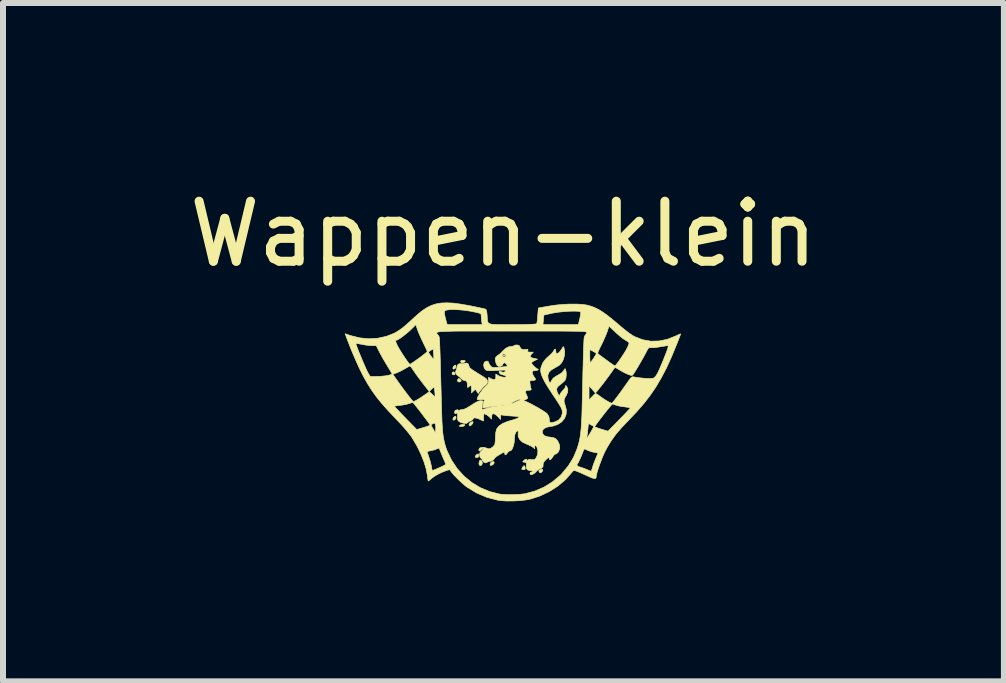
<source format=kicad_pcb>
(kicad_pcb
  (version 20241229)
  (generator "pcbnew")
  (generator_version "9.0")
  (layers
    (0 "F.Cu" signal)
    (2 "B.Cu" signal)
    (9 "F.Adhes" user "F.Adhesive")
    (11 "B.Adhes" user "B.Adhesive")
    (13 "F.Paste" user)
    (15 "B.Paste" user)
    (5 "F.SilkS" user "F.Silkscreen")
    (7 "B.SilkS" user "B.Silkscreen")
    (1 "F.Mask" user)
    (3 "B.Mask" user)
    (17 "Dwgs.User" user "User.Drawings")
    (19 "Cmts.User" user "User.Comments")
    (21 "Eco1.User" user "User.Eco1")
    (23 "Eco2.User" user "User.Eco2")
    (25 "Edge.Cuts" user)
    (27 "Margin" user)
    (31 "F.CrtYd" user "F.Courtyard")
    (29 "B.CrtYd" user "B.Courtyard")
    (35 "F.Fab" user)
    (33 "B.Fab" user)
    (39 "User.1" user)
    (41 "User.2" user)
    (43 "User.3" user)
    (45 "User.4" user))
  (footprint "Wappen-klein"
    (layer "F.Cu")
    (at 5.466 3.515)
    (property "Reference" "Wappen-klein" (at -0.127 -2.667 0) (layer "F.SilkS") (effects (font (size 1 1) (thickness 0.15))))
    (attr through_hole exclude_from_pos_files exclude_from_bom)
    (fp_poly (pts (xy -0.455 0.89) (xy -0.455 0.891) (xy -0.456 0.891) (xy -0.455 0.89)) (stroke (width 0.01) (type solid)) (fill yes) (layer "F.SilkS"))
    (fp_poly (pts (xy -0.121 -0.651) (xy -0.107 -0.639) (xy -0.105 -0.636) (xy -0.112 -0.63) (xy -0.125 -0.642) (xy -0.127 -0.645) (xy -0.129 -0.654) (xy -0.121 -0.651)) (stroke (width 0.01) (type solid)) (fill yes) (layer "F.SilkS"))
    (fp_poly (pts (xy -0.942 -0.358) (xy -0.931 -0.332) (xy -0.941 -0.32) (xy -0.957 -0.319) (xy -0.978 -0.327) (xy -0.984 -0.338) (xy -0.975 -0.361) (xy -0.957 -0.369) (xy -0.942 -0.358)) (stroke (width 0.01) (type solid)) (fill yes) (layer "F.SilkS"))
    (fp_poly (pts (xy -0.456 0.891) (xy -0.482 0.921) (xy -0.509 0.945) (xy -0.529 0.95) (xy -0.538 0.934) (xy -0.538 0.933) (xy -0.526 0.904) (xy -0.495 0.89) (xy -0.456 0.891)) (stroke (width 0.01) (type solid)) (fill yes) (layer "F.SilkS"))
    (fp_poly (pts (xy -0.918 -0.47) (xy -0.918 -0.451) (xy -0.929 -0.429) (xy -0.947 -0.416) (xy -0.964 -0.416) (xy -0.97 -0.43) (xy -0.961 -0.456) (xy -0.94 -0.476) (xy -0.926 -0.481) (xy -0.918 -0.47)) (stroke (width 0.01) (type solid)) (fill yes) (layer "F.SilkS"))
    (fp_poly (pts (xy -0.918 0.381) (xy -0.918 0.4) (xy -0.929 0.422) (xy -0.947 0.435) (xy -0.964 0.435) (xy -0.97 0.421) (xy -0.961 0.396) (xy -0.94 0.375) (xy -0.926 0.37) (xy -0.918 0.381)) (stroke (width 0.01) (type solid)) (fill yes) (layer "F.SilkS"))
    (fp_poly (pts (xy -0.769 -0.557) (xy -0.763 -0.543) (xy -0.782 -0.527) (xy -0.787 -0.524) (xy -0.816 -0.516) (xy -0.834 -0.527) (xy -0.841 -0.548) (xy -0.824 -0.56) (xy -0.8 -0.562) (xy -0.769 -0.557)) (stroke (width 0.01) (type solid)) (fill yes) (layer "F.SilkS"))
    (fp_poly (pts (xy -0.281 1.135) (xy -0.284 1.155) (xy -0.299 1.175) (xy -0.307 1.18) (xy -0.335 1.193) (xy -0.346 1.188) (xy -0.349 1.169) (xy -0.337 1.143) (xy -0.307 1.128) (xy -0.293 1.127) (xy -0.281 1.135)) (stroke (width 0.01) (type solid)) (fill yes) (layer "F.SilkS"))
    (fp_poly (pts (xy 0.523 1.256) (xy 0.53 1.271) (xy 0.517 1.296) (xy 0.513 1.3) (xy 0.489 1.315) (xy 0.471 1.304) (xy 0.467 1.295) (xy 0.462 1.277) (xy 0.472 1.266) (xy 0.499 1.256) (xy 0.523 1.256)) (stroke (width 0.01) (type solid)) (fill yes) (layer "F.SilkS"))
    (fp_poly (pts (xy -0.862 -0.256) (xy -0.847 -0.243) (xy -0.83 -0.223) (xy -0.836 -0.21) (xy -0.838 -0.209) (xy -0.858 -0.199) (xy -0.878 -0.203) (xy -0.886 -0.206) (xy -0.895 -0.218) (xy -0.888 -0.24) (xy -0.876 -0.258) (xy -0.862 -0.256)) (stroke (width 0.01) (type solid)) (fill yes) (layer "F.SilkS"))
    (fp_poly (pts (xy -0.633 0.467) (xy -0.632 0.472) (xy -0.642 0.496) (xy -0.663 0.52) (xy -0.685 0.532) (xy -0.687 0.532) (xy -0.698 0.521) (xy -0.7 0.509) (xy -0.689 0.486) (xy -0.666 0.469) (xy -0.641 0.461) (xy -0.633 0.467)) (stroke (width 0.01) (type solid)) (fill yes) (layer "F.SilkS"))
    (fp_poly (pts (xy -0.538 1.012) (xy -0.538 1.025) (xy -0.543 1.051) (xy -0.565 1.059) (xy -0.571 1.059) (xy -0.595 1.055) (xy -0.597 1.039) (xy -0.597 1.039) (xy -0.579 1.015) (xy -0.563 1.004) (xy -0.544 0.998) (xy -0.538 1.012)) (stroke (width 0.01) (type solid)) (fill yes) (layer "F.SilkS"))
    (fp_poly (pts (xy -0.495 1.11) (xy -0.483 1.128) (xy -0.478 1.155) (xy -0.486 1.179) (xy -0.503 1.193) (xy -0.522 1.19) (xy -0.531 1.18) (xy -0.535 1.158) (xy -0.53 1.129) (xy -0.52 1.106) (xy -0.511 1.1) (xy -0.495 1.11)) (stroke (width 0.01) (type solid)) (fill yes) (layer "F.SilkS"))
    (fp_poly (pts (xy 0.229 1.206) (xy 0.236 1.228) (xy 0.236 1.253) (xy 0.221 1.261) (xy 0.21 1.262) (xy 0.186 1.259) (xy 0.178 1.254) (xy 0.185 1.233) (xy 0.2 1.209) (xy 0.215 1.195) (xy 0.218 1.194) (xy 0.229 1.206)) (stroke (width 0.01) (type solid)) (fill yes) (layer "F.SilkS"))
    (fp_poly (pts (xy -0.778 0.508) (xy -0.77 0.518) (xy -0.77 0.521) (xy -0.787 0.535) (xy -0.818 0.543) (xy -0.821 0.543) (xy -0.851 0.543) (xy -0.86 0.534) (xy -0.859 0.53) (xy -0.843 0.516) (xy -0.811 0.508) (xy -0.809 0.508) (xy -0.778 0.508)) (stroke (width 0.01) (type solid)) (fill yes) (layer "F.SilkS"))
    (fp_poly (pts (xy -0.71 -0.498) (xy -0.7 -0.463) (xy -0.7 -0.462) (xy -0.694 -0.445) (xy -0.675 -0.425) (xy -0.639 -0.398) (xy -0.583 -0.363) (xy -0.568 -0.353) (xy -0.513 -0.319) (xy -0.465 -0.289) (xy -0.429 -0.265) (xy -0.413 -0.254) (xy -0.392 -0.221) (xy -0.394 -0.184) (xy -0.418 -0.152) (xy -0.424 -0.148) (xy -0.453 -0.124) (xy -0.486 -0.088) (xy -0.504 -0.067) (xy -0.548 -0.008) (xy -0.571 -0.043) (xy -0.594 -0.078) (xy -0.627 -0.048) (xy -0.659 -0.017) (xy -0.659 -0.08) (xy -0.661 -0.122) (xy -0.668 -0.14) (xy -0.683 -0.136) (xy -0.702 -0.121) (xy -0.719 -0.108) (xy -0.726 -0.114) (xy -0.727 -0.14) (xy -0.731 -0.189) (xy -0.746 -0.216) (xy -0.774 -0.224) (xy -0.775 -0.224) (xy -0.806 -0.234) (xy -0.831 -0.256) (xy -0.86 -0.285) (xy -0.885 -0.303) (xy -0.912 -0.327) (xy -0.925 -0.358) (xy -0.921 -0.386) (xy -0.917 -0.39) (xy -0.906 -0.414) (xy -0.903 -0.441) (xy -0.893 -0.48) (xy -0.867 -0.503) (xy -0.834 -0.504) (xy -0.799 -0.503) (xy -0.773 -0.511) (xy -0.737 -0.516) (xy -0.71 -0.498)) (stroke (width 0.01) (type solid)) (fill yes) (layer "F.SilkS"))
    (fp_poly (pts (xy -0.448 0.891) (xy -0.41 0.901) (xy -0.383 0.911) (xy -0.38 0.913) (xy -0.36 0.914) (xy -0.33 0.901) (xy -0.299 0.878) (xy -0.276 0.851) (xy -0.272 0.844) (xy -0.267 0.821) (xy -0.263 0.779) (xy -0.261 0.727) (xy -0.261 0.721) (xy -0.255 0.643) (xy -0.241 0.586) (xy -0.236 0.577) (xy -0.199 0.532) (xy -0.138 0.491) (xy -0.057 0.458) (xy -0.011 0.444) (xy 0.053 0.426) (xy 0.1 0.409) (xy 0.127 0.394) (xy 0.131 0.383) (xy 0.124 0.379) (xy 0.102 0.375) (xy 0.06 0.371) (xy 0.007 0.367) (xy -0.011 0.366) (xy -0.066 0.362) (xy -0.114 0.357) (xy -0.144 0.352) (xy -0.149 0.35) (xy -0.166 0.348) (xy -0.172 0.363) (xy -0.173 0.383) (xy -0.173 0.426) (xy -0.218 0.378) (xy -0.251 0.349) (xy -0.282 0.332) (xy -0.293 0.33) (xy -0.312 0.334) (xy -0.32 0.352) (xy -0.322 0.38) (xy -0.322 0.412) (xy -0.326 0.42) (xy -0.337 0.407) (xy -0.343 0.4) (xy -0.366 0.377) (xy -0.399 0.352) (xy -0.432 0.335) (xy -0.449 0.33) (xy -0.454 0.342) (xy -0.456 0.372) (xy -0.457 0.39) (xy -0.457 0.427) (xy -0.459 0.448) (xy -0.461 0.451) (xy -0.474 0.446) (xy -0.503 0.432) (xy -0.517 0.424) (xy -0.565 0.405) (xy -0.604 0.398) (xy -0.627 0.404) (xy -0.632 0.417) (xy -0.644 0.433) (xy -0.672 0.45) (xy -0.68 0.453) (xy -0.71 0.467) (xy -0.726 0.479) (xy -0.727 0.481) (xy -0.738 0.49) (xy -0.766 0.491) (xy -0.803 0.485) (xy -0.839 0.474) (xy -0.855 0.466) (xy -0.879 0.449) (xy -0.89 0.431) (xy -0.894 0.401) (xy -0.893 0.369) (xy -0.893 0.332) (xy -0.895 0.313) (xy -0.898 0.313) (xy -0.916 0.328) (xy -0.924 0.33) (xy -0.939 0.32) (xy -0.942 0.299) (xy -0.932 0.277) (xy -0.922 0.27) (xy -0.891 0.262) (xy -0.88 0.269) (xy -0.884 0.279) (xy -0.884 0.285) (xy -0.869 0.276) (xy -0.837 0.262) (xy -0.811 0.26) (xy -0.781 0.254) (xy -0.734 0.232) (xy -0.668 0.191) (xy -0.665 0.189) (xy -0.602 0.149) (xy -0.555 0.125) (xy -0.519 0.115) (xy -0.504 0.113) (xy -0.474 0.115) (xy -0.464 0.123) (xy -0.469 0.145) (xy -0.471 0.148) (xy -0.478 0.177) (xy -0.483 0.212) (xy -0.484 0.243) (xy -0.481 0.261) (xy -0.479 0.262) (xy -0.465 0.258) (xy -0.434 0.248) (xy -0.415 0.242) (xy -0.367 0.228) (xy -0.308 0.215) (xy -0.274 0.21) (xy -0.235 0.203) (xy -0.221 0.199) (xy -0.234 0.197) (xy -0.24 0.196) (xy -0.28 0.199) (xy -0.332 0.207) (xy -0.369 0.215) (xy -0.413 0.225) (xy -0.448 0.232) (xy -0.462 0.235) (xy -0.468 0.225) (xy -0.465 0.195) (xy -0.464 0.189) (xy -0.161 0.189) (xy -0.143 0.192) (xy -0.139 0.192) (xy -0.116 0.19) (xy -0.114 0.186) (xy -0.115 0.186) (xy -0.142 0.183) (xy -0.156 0.185) (xy -0.161 0.189) (xy -0.464 0.189) (xy -0.462 0.178) (xy -0.073 0.178) (xy -0.059 0.18) (xy -0.042 0.177) (xy -0.041 0.173) (xy -0.06 0.17) (xy -0.067 0.172) (xy -0.073 0.178) (xy -0.462 0.178) (xy -0.459 0.164) (xy -0.007 0.164) (xy -0.002 0.166) (xy 0.025 0.158) (xy 0.07 0.137) (xy 0.112 0.118) (xy 0.147 0.103) (xy 0.158 0.099) (xy 0.177 0.091) (xy 0.169 0.089) (xy 0.156 0.088) (xy 0.129 0.093) (xy 0.088 0.109) (xy 0.05 0.127) (xy 0.009 0.15) (xy -0.007 0.164) (xy -0.459 0.164) (xy -0.454 0.142) (xy -0.449 0.123) (xy -0.446 0.103) (xy -0.453 0.094) (xy -0.476 0.094) (xy -0.503 0.097) (xy -0.543 0.099) (xy -0.561 0.094) (xy -0.565 0.085) (xy -0.556 0.055) (xy -0.534 0.012) (xy -0.503 -0.035) (xy -0.468 -0.081) (xy -0.433 -0.117) (xy -0.43 -0.119) (xy -0.397 -0.151) (xy -0.381 -0.177) (xy -0.376 -0.21) (xy -0.376 -0.221) (xy -0.376 -0.277) (xy -0.338 -0.257) (xy -0.295 -0.239) (xy -0.268 -0.241) (xy -0.256 -0.263) (xy -0.254 -0.285) (xy -0.254 -0.332) (xy -0.21 -0.305) (xy -0.176 -0.29) (xy -0.138 -0.281) (xy -0.105 -0.278) (xy -0.084 -0.284) (xy -0.081 -0.294) (xy -0.097 -0.307) (xy -0.126 -0.315) (xy -0.171 -0.328) (xy -0.196 -0.351) (xy -0.2 -0.367) (xy -0.195 -0.377) (xy -0.174 -0.374) (xy -0.159 -0.369) (xy -0.128 -0.36) (xy -0.106 -0.368) (xy -0.095 -0.378) (xy -0.087 -0.387) (xy -0.087 -0.394) (xy -0.1 -0.397) (xy -0.129 -0.397) (xy -0.178 -0.395) (xy -0.237 -0.392) (xy -0.308 -0.388) (xy -0.357 -0.387) (xy -0.389 -0.389) (xy -0.41 -0.394) (xy -0.425 -0.403) (xy -0.43 -0.407) (xy -0.449 -0.439) (xy -0.456 -0.48) (xy -0.45 -0.517) (xy -0.44 -0.532) (xy -0.416 -0.546) (xy -0.391 -0.547) (xy -0.376 -0.535) (xy -0.376 -0.53) (xy -0.368 -0.508) (xy -0.349 -0.477) (xy -0.346 -0.474) (xy -0.331 -0.457) (xy -0.317 -0.446) (xy -0.296 -0.442) (xy -0.262 -0.442) (xy -0.209 -0.445) (xy -0.195 -0.446) (xy -0.14 -0.451) (xy -0.096 -0.456) (xy -0.07 -0.46) (xy -0.066 -0.462) (xy -0.066 -0.478) (xy -0.08 -0.499) (xy -0.101 -0.516) (xy -0.11 -0.519) (xy -0.129 -0.513) (xy -0.132 -0.503) (xy -0.144 -0.479) (xy -0.172 -0.463) (xy -0.205 -0.459) (xy -0.214 -0.461) (xy -0.234 -0.479) (xy -0.251 -0.514) (xy -0.262 -0.555) (xy -0.263 -0.593) (xy -0.261 -0.601) (xy -0.244 -0.625) (xy -0.22 -0.643) (xy -0.146 -0.643) (xy -0.135 -0.622) (xy -0.112 -0.615) (xy -0.088 -0.625) (xy -0.087 -0.625) (xy -0.087 -0.641) (xy -0.101 -0.659) (xy -0.123 -0.67) (xy -0.127 -0.67) (xy -0.142 -0.659) (xy -0.146 -0.643) (xy -0.22 -0.643) (xy -0.219 -0.644) (xy -0.186 -0.667) (xy -0.153 -0.699) (xy -0.15 -0.704) (xy -0.093 -0.758) (xy -0.036 -0.787) (xy -0.003 -0.792) (xy 0.031 -0.796) (xy 0.052 -0.806) (xy 0.076 -0.816) (xy 0.106 -0.816) (xy 0.137 -0.806) (xy 0.149 -0.782) (xy 0.165 -0.754) (xy 0.199 -0.74) (xy 0.245 -0.742) (xy 0.254 -0.743) (xy 0.278 -0.747) (xy 0.283 -0.737) (xy 0.28 -0.725) (xy 0.277 -0.707) (xy 0.289 -0.699) (xy 0.322 -0.697) (xy 0.372 -0.697) (xy 0.34 -0.663) (xy 0.321 -0.636) (xy 0.323 -0.617) (xy 0.348 -0.602) (xy 0.388 -0.592) (xy 0.442 -0.58) (xy 0.391 -0.555) (xy 0.36 -0.537) (xy 0.342 -0.523) (xy 0.34 -0.52) (xy 0.35 -0.5) (xy 0.373 -0.471) (xy 0.402 -0.443) (xy 0.429 -0.423) (xy 0.437 -0.419) (xy 0.456 -0.41) (xy 0.449 -0.4) (xy 0.447 -0.399) (xy 0.42 -0.39) (xy 0.391 -0.387) (xy 0.364 -0.382) (xy 0.354 -0.363) (xy 0.354 -0.354) (xy 0.363 -0.322) (xy 0.383 -0.286) (xy 0.388 -0.281) (xy 0.407 -0.252) (xy 0.405 -0.234) (xy 0.379 -0.226) (xy 0.344 -0.224) (xy 0.323 -0.222) (xy 0.314 -0.211) (xy 0.315 -0.184) (xy 0.317 -0.167) (xy 0.324 -0.125) (xy 0.332 -0.092) (xy 0.334 -0.086) (xy 0.336 -0.07) (xy 0.321 -0.063) (xy 0.295 -0.062) (xy 0.257 -0.058) (xy 0.24 -0.044) (xy 0.244 -0.016) (xy 0.259 0.018) (xy 0.275 0.054) (xy 0.274 0.075) (xy 0.252 0.09) (xy 0.221 0.1) (xy 0.201 0.108) (xy 0.207 0.112) (xy 0.21 0.112) (xy 0.236 0.12) (xy 0.278 0.139) (xy 0.333 0.166) (xy 0.394 0.199) (xy 0.457 0.234) (xy 0.515 0.269) (xy 0.563 0.3) (xy 0.596 0.324) (xy 0.605 0.333) (xy 0.633 0.384) (xy 0.638 0.425) (xy 0.64 0.458) (xy 0.651 0.475) (xy 0.676 0.478) (xy 0.719 0.468) (xy 0.735 0.464) (xy 0.791 0.436) (xy 0.832 0.391) (xy 0.852 0.334) (xy 0.854 0.314) (xy 0.854 0.293) (xy 0.852 0.275) (xy 0.846 0.255) (xy 0.836 0.231) (xy 0.819 0.2) (xy 0.793 0.158) (xy 0.756 0.101) (xy 0.707 0.028) (xy 0.676 -0.019) (xy 0.61 -0.121) (xy 0.56 -0.205) (xy 0.525 -0.274) (xy 0.503 -0.331) (xy 0.494 -0.379) (xy 0.495 -0.421) (xy 0.496 -0.431) (xy 0.529 -0.518) (xy 0.585 -0.592) (xy 0.624 -0.626) (xy 0.663 -0.66) (xy 0.694 -0.694) (xy 0.708 -0.714) (xy 0.726 -0.744) (xy 0.739 -0.748) (xy 0.745 -0.726) (xy 0.746 -0.711) (xy 0.751 -0.68) (xy 0.764 -0.67) (xy 0.787 -0.681) (xy 0.816 -0.709) (xy 0.844 -0.747) (xy 0.854 -0.764) (xy 0.867 -0.787) (xy 0.875 -0.786) (xy 0.882 -0.771) (xy 0.894 -0.71) (xy 0.89 -0.639) (xy 0.87 -0.57) (xy 0.859 -0.548) (xy 0.834 -0.508) (xy 0.805 -0.479) (xy 0.763 -0.453) (xy 0.737 -0.439) (xy 0.671 -0.4) (xy 0.63 -0.358) (xy 0.613 -0.31) (xy 0.618 -0.253) (xy 0.626 -0.226) (xy 0.639 -0.194) (xy 0.652 -0.187) (xy 0.667 -0.206) (xy 0.678 -0.228) (xy 0.702 -0.262) (xy 0.745 -0.293) (xy 0.779 -0.312) (xy 0.84 -0.349) (xy 0.875 -0.385) (xy 0.88 -0.393) (xy 0.893 -0.418) (xy 0.901 -0.421) (xy 0.909 -0.406) (xy 0.919 -0.363) (xy 0.92 -0.311) (xy 0.914 -0.262) (xy 0.901 -0.228) (xy 0.877 -0.203) (xy 0.841 -0.172) (xy 0.819 -0.156) (xy 0.777 -0.12) (xy 0.76 -0.084) (xy 0.766 -0.041) (xy 0.782 -0.004) (xy 0.797 0.023) (xy 0.805 0.029) (xy 0.813 0.014) (xy 0.815 0.007) (xy 0.833 -0.023) (xy 0.861 -0.056) (xy 0.867 -0.062) (xy 0.893 -0.092) (xy 0.908 -0.119) (xy 0.908 -0.125) (xy 0.91 -0.142) (xy 0.918 -0.137) (xy 0.929 -0.124) (xy 0.946 -0.079) (xy 0.943 -0.027) (xy 0.919 0.026) (xy 0.915 0.032) (xy 0.889 0.077) (xy 0.883 0.121) (xy 0.896 0.172) (xy 0.901 0.186) (xy 0.922 0.265) (xy 0.918 0.341) (xy 0.891 0.409) (xy 0.843 0.466) (xy 0.776 0.51) (xy 0.693 0.537) (xy 0.66 0.541) (xy 0.593 0.555) (xy 0.547 0.579) (xy 0.523 0.611) (xy 0.523 0.649) (xy 0.535 0.674) (xy 0.56 0.698) (xy 0.6 0.711) (xy 0.621 0.715) (xy 0.679 0.723) (xy 0.718 0.732) (xy 0.744 0.745) (xy 0.764 0.765) (xy 0.779 0.786) (xy 0.807 0.846) (xy 0.812 0.905) (xy 0.793 0.959) (xy 0.785 0.97) (xy 0.762 0.993) (xy 0.742 1.002) (xy 0.741 1.001) (xy 0.725 1.008) (xy 0.705 1.033) (xy 0.699 1.043) (xy 0.675 1.078) (xy 0.654 1.096) (xy 0.641 1.094) (xy 0.638 1.081) (xy 0.633 1.062) (xy 0.618 1.064) (xy 0.59 1.087) (xy 0.571 1.105) (xy 0.542 1.141) (xy 0.534 1.169) (xy 0.535 1.178) (xy 0.533 1.209) (xy 0.512 1.236) (xy 0.481 1.248) (xy 0.478 1.248) (xy 0.456 1.258) (xy 0.428 1.283) (xy 0.418 1.296) (xy 0.388 1.324) (xy 0.357 1.341) (xy 0.332 1.345) (xy 0.317 1.335) (xy 0.316 1.319) (xy 0.327 1.303) (xy 0.355 1.298) (xy 0.368 1.298) (xy 0.396 1.299) (xy 0.4 1.297) (xy 0.381 1.29) (xy 0.381 1.29) (xy 0.34 1.28) (xy 0.311 1.277) (xy 0.274 1.264) (xy 0.254 1.233) (xy 0.254 1.186) (xy 0.254 1.183) (xy 0.257 1.154) (xy 0.246 1.142) (xy 0.225 1.138) (xy 0.199 1.133) (xy 0.197 1.125) (xy 0.211 1.11) (xy 0.236 1.091) (xy 0.253 1.086) (xy 0.266 1.096) (xy 0.265 1.11) (xy 0.261 1.125) (xy 0.267 1.118) (xy 0.273 1.109) (xy 0.29 1.093) (xy 0.317 1.09) (xy 0.34 1.093) (xy 0.376 1.096) (xy 0.399 1.087) (xy 0.42 1.061) (xy 0.443 1.008) (xy 0.447 0.946) (xy 0.433 0.891) (xy 0.416 0.863) (xy 0.402 0.859) (xy 0.395 0.878) (xy 0.395 0.885) (xy 0.395 0.913) (xy 0.36 0.885) (xy 0.326 0.865) (xy 0.28 0.844) (xy 0.26 0.836) (xy 0.192 0.804) (xy 0.144 0.76) (xy 0.119 0.708) (xy 0.118 0.65) (xy 0.12 0.642) (xy 0.12 0.619) (xy 0.108 0.615) (xy 0.087 0.631) (xy 0.078 0.643) (xy 0.063 0.681) (xy 0.057 0.738) (xy 0.056 0.755) (xy 0.052 0.809) (xy 0.041 0.861) (xy 0.025 0.905) (xy 0.007 0.936) (xy -0.011 0.948) (xy -0.015 0.947) (xy -0.034 0.953) (xy -0.056 0.975) (xy -0.059 0.98) (xy -0.084 1.011) (xy -0.099 1.016) (xy -0.105 0.996) (xy -0.105 0.991) (xy -0.106 0.976) (xy -0.11 0.969) (xy -0.122 0.971) (xy -0.148 0.985) (xy -0.191 1.01) (xy -0.203 1.017) (xy -0.243 1.042) (xy -0.271 1.066) (xy -0.281 1.081) (xy -0.292 1.098) (xy -0.318 1.115) (xy -0.346 1.124) (xy -0.359 1.124) (xy -0.377 1.128) (xy -0.4 1.139) (xy -0.427 1.149) (xy -0.449 1.14) (xy -0.458 1.133) (xy -0.478 1.109) (xy -0.484 1.092) (xy -0.495 1.073) (xy -0.504 1.068) (xy -0.518 1.05) (xy -0.524 1.018) (xy -0.521 0.985) (xy -0.509 0.963) (xy -0.505 0.96) (xy -0.484 0.943) (xy -0.47 0.922) (xy -0.455 0.891) (xy -0.448 0.891)) (stroke (width 0.01) (type solid)) (fill yes) (layer "F.SilkS"))
    (fp_poly (pts (xy -0.966 -1.514) (xy -0.845 -1.498) (xy -0.705 -1.474) (xy -0.544 -1.441) (xy -0.442 -1.419) (xy -0.424 -1.413) (xy -0.413 -1.401) (xy -0.406 -1.378) (xy -0.401 -1.337) (xy -0.398 -1.307) (xy -0.396 -1.264) (xy -0.394 -1.23) (xy -0.389 -1.204) (xy -0.379 -1.185) (xy -0.36 -1.172) (xy -0.33 -1.163) (xy -0.287 -1.159) (xy -0.226 -1.156) (xy -0.146 -1.156) (xy -0.043 -1.156) (xy 0.025 -1.157) (xy 0.532 -1.157) (xy 1.122 -1.157) (xy 1.146 -1.258) (xy 1.156 -1.307) (xy 1.161 -1.346) (xy 1.16 -1.367) (xy 1.159 -1.369) (xy 1.138 -1.376) (xy 1.096 -1.379) (xy 1.037 -1.38) (xy 0.968 -1.378) (xy 0.893 -1.373) (xy 0.818 -1.366) (xy 0.748 -1.357) (xy 0.692 -1.347) (xy 0.634 -1.334) (xy 0.587 -1.324) (xy 0.557 -1.317) (xy 0.549 -1.314) (xy 0.546 -1.301) (xy 0.543 -1.268) (xy 0.539 -1.234) (xy 0.532 -1.157) (xy 0.025 -1.157) (xy 0.145 -1.157) (xy 0.241 -1.158) (xy 0.314 -1.159) (xy 0.367 -1.162) (xy 0.403 -1.165) (xy 0.422 -1.169) (xy 0.429 -1.173) (xy 0.433 -1.194) (xy 0.438 -1.234) (xy 0.443 -1.287) (xy 0.445 -1.312) (xy 0.455 -1.433) (xy 0.631 -1.464) (xy 0.744 -1.481) (xy 0.861 -1.492) (xy 0.977 -1.498) (xy 1.086 -1.498) (xy 1.183 -1.493) (xy 1.261 -1.482) (xy 1.282 -1.477) (xy 1.346 -1.458) (xy 1.406 -1.434) (xy 1.465 -1.404) (xy 1.528 -1.365) (xy 1.598 -1.315) (xy 1.679 -1.251) (xy 1.773 -1.172) (xy 1.827 -1.126) (xy 1.89 -1.074) (xy 1.953 -1.025) (xy 2.01 -0.985) (xy 2.055 -0.957) (xy 2.062 -0.954) (xy 2.193 -0.904) (xy 2.328 -0.88) (xy 2.467 -0.883) (xy 2.606 -0.911) (xy 2.743 -0.966) (xy 2.749 -0.968) (xy 2.788 -0.987) (xy 2.816 -0.999) (xy 2.826 -1.001) (xy 2.822 -0.987) (xy 2.809 -0.952) (xy 2.79 -0.902) (xy 2.766 -0.841) (xy 2.758 -0.822) (xy 2.674 -0.618) (xy 2.591 -0.435) (xy 2.505 -0.271) (xy 2.416 -0.119) (xy 2.319 0.023) (xy 2.211 0.162) (xy 2.09 0.301) (xy 1.953 0.445) (xy 1.946 0.452) (xy 1.837 0.567) (xy 1.747 0.672) (xy 1.672 0.776) (xy 1.607 0.882) (xy 1.564 0.962) (xy 1.54 1.014) (xy 1.514 1.077) (xy 1.488 1.146) (xy 1.463 1.215) (xy 1.442 1.278) (xy 1.428 1.329) (xy 1.421 1.362) (xy 1.421 1.365) (xy 1.418 1.393) (xy 1.408 1.408) (xy 1.387 1.41) (xy 1.351 1.4) (xy 1.297 1.377) (xy 1.272 1.365) (xy 1.212 1.338) (xy 1.156 1.313) (xy 1.111 1.294) (xy 1.093 1.287) (xy 1.06 1.277) (xy 1.04 1.279) (xy 1.021 1.297) (xy 1.006 1.316) (xy 0.903 1.432) (xy 0.779 1.536) (xy 0.638 1.626) (xy 0.484 1.699) (xy 0.33 1.75) (xy 0.248 1.766) (xy 0.148 1.778) (xy 0.04 1.783) (xy -0.066 1.784) (xy -0.163 1.778) (xy -0.222 1.77) (xy -0.404 1.722) (xy -0.576 1.649) (xy -0.734 1.552) (xy -0.772 1.523) (xy -0.817 1.483) (xy -0.866 1.438) (xy -0.913 1.391) (xy -0.956 1.347) (xy -0.988 1.309) (xy -1.007 1.283) (xy -1.011 1.275) (xy -1.015 1.265) (xy -1.032 1.264) (xy -1.063 1.272) (xy -1.114 1.291) (xy -1.151 1.305) (xy -1.209 1.333) (xy -1.266 1.365) (xy -1.31 1.396) (xy -1.315 1.4) (xy -1.347 1.428) (xy -1.371 1.446) (xy -1.379 1.451) (xy -1.383 1.439) (xy -1.389 1.406) (xy -1.394 1.361) (xy -1.394 1.36) (xy -1.414 1.253) (xy -1.45 1.133) (xy -1.501 1.005) (xy -1.521 0.963) (xy -1.396 0.963) (xy -1.395 0.977) (xy -1.37 1.049) (xy -1.347 1.122) (xy -1.331 1.186) (xy -1.326 1.215) (xy -1.319 1.251) (xy -1.312 1.273) (xy -1.309 1.275) (xy -1.294 1.27) (xy -1.26 1.257) (xy -1.214 1.237) (xy -1.193 1.228) (xy -1.145 1.206) (xy -1.109 1.187) (xy -1.089 1.174) (xy -1.088 1.171) (xy -1.094 1.154) (xy -1.108 1.12) (xy -1.128 1.073) (xy -1.137 1.052) (xy -1.159 1) (xy -1.177 0.956) (xy -1.189 0.926) (xy -1.191 0.92) (xy -1.199 0.905) (xy -1.213 0.905) (xy -1.24 0.917) (xy -1.279 0.932) (xy -1.328 0.944) (xy -1.342 0.947) (xy -1.38 0.954) (xy -1.396 0.963) (xy -1.521 0.963) (xy -1.563 0.876) (xy -1.636 0.751) (xy -1.663 0.708) (xy -1.695 0.666) (xy -1.741 0.61) (xy -1.797 0.545) (xy -1.86 0.476) (xy -1.925 0.408) (xy -1.929 0.404) (xy -2.05 0.276) (xy -2.113 0.205) (xy -1.943 0.205) (xy -1.934 0.217) (xy -1.909 0.244) (xy -1.87 0.285) (xy -1.822 0.336) (xy -1.766 0.394) (xy -1.757 0.403) (xy -1.571 0.593) (xy -1.46 0.56) (xy -1.41 0.544) (xy -1.371 0.53) (xy -1.35 0.52) (xy -1.348 0.517) (xy -1.351 0.513) (xy -1.333 0.513) (xy -1.329 0.526) (xy -1.315 0.554) (xy -1.299 0.582) (xy -1.261 0.647) (xy -1.256 0.594) (xy -1.255 0.551) (xy -1.259 0.514) (xy -1.26 0.51) (xy -1.269 0.488) (xy -1.285 0.487) (xy -1.298 0.493) (xy -1.323 0.507) (xy -1.333 0.513) (xy -1.351 0.513) (xy -1.356 0.505) (xy -1.377 0.475) (xy -1.409 0.432) (xy -1.447 0.382) (xy -1.488 0.327) (xy -1.53 0.272) (xy -1.57 0.222) (xy -1.603 0.181) (xy -1.626 0.152) (xy -1.637 0.141) (xy -1.638 0.141) (xy -1.652 0.145) (xy -1.683 0.155) (xy -1.7 0.161) (xy -1.745 0.173) (xy -1.803 0.184) (xy -1.85 0.19) (xy -1.896 0.195) (xy -1.929 0.201) (xy -1.943 0.205) (xy -1.943 0.205) (xy -2.113 0.205) (xy -2.154 0.159) (xy -2.243 0.049) (xy -2.322 -0.061) (xy -2.393 -0.174) (xy -2.461 -0.295) (xy -2.524 -0.42) (xy -2.569 -0.519) (xy -2.619 -0.633) (xy -2.669 -0.752) (xy -2.704 -0.842) (xy -2.586 -0.842) (xy -2.583 -0.828) (xy -2.571 -0.794) (xy -2.553 -0.745) (xy -2.529 -0.684) (xy -2.501 -0.618) (xy -2.473 -0.55) (xy -2.445 -0.485) (xy -2.42 -0.428) (xy -2.399 -0.383) (xy -2.385 -0.356) (xy -2.347 -0.292) (xy -2.242 -0.292) (xy -2.178 -0.294) (xy -2.112 -0.3) (xy -2.06 -0.307) (xy -2.019 -0.317) (xy -1.991 -0.327) (xy -1.987 -0.33) (xy -1.97 -0.33) (xy -1.927 -0.267) (xy -1.884 -0.206) (xy -1.837 -0.14) (xy -1.789 -0.075) (xy -1.742 -0.013) (xy -1.7 0.042) (xy -1.665 0.086) (xy -1.639 0.116) (xy -1.626 0.127) (xy -1.626 0.127) (xy -1.608 0.12) (xy -1.575 0.103) (xy -1.541 0.083) (xy -1.491 0.051) (xy -1.441 0.017) (xy -1.416 -0.000149) (xy -1.361 -0.039) (xy -1.314 0.006) (xy -1.267 0.051) (xy -1.267 0.01) (xy -1.27 -0.035) (xy -1.276 -0.075) (xy -1.284 -0.118) (xy -1.324 -0.08) (xy -1.364 -0.042) (xy -1.386 -0.07) (xy -1.441 -0.14) (xy -1.497 -0.213) (xy -1.551 -0.285) (xy -1.596 -0.348) (xy -1.625 -0.39) (xy -1.651 -0.428) (xy -1.672 -0.456) (xy -1.682 -0.467) (xy -1.682 -0.467) (xy -1.696 -0.461) (xy -1.727 -0.444) (xy -1.769 -0.421) (xy -1.778 -0.415) (xy -1.83 -0.387) (xy -1.88 -0.362) (xy -1.918 -0.347) (xy -1.919 -0.346) (xy -1.97 -0.33) (xy -1.987 -0.33) (xy -1.983 -0.333) (xy -1.99 -0.348) (xy -2.008 -0.38) (xy -2.035 -0.425) (xy -2.057 -0.46) (xy -2.097 -0.527) (xy -2.141 -0.602) (xy -2.179 -0.672) (xy -2.189 -0.691) (xy -2.247 -0.805) (xy -2.317 -0.805) (xy -2.367 -0.808) (xy -2.43 -0.816) (xy -2.484 -0.826) (xy -2.532 -0.835) (xy -2.568 -0.841) (xy -2.585 -0.842) (xy -2.586 -0.842) (xy -2.704 -0.842) (xy -2.714 -0.867) (xy -2.722 -0.887) (xy -1.929 -0.887) (xy -1.901 -0.823) (xy -1.884 -0.788) (xy -1.857 -0.741) (xy -1.824 -0.688) (xy -1.789 -0.633) (xy -1.754 -0.582) (xy -1.723 -0.538) (xy -1.699 -0.507) (xy -1.685 -0.495) (xy -1.684 -0.494) (xy -1.67 -0.502) (xy -1.638 -0.523) (xy -1.593 -0.554) (xy -1.541 -0.591) (xy -1.534 -0.596) (xy -1.482 -0.635) (xy -1.439 -0.669) (xy -1.409 -0.694) (xy -1.407 -0.696) (xy -1.375 -0.696) (xy -1.368 -0.681) (xy -1.351 -0.655) (xy -1.329 -0.624) (xy -1.308 -0.597) (xy -1.292 -0.58) (xy -1.288 -0.578) (xy -1.287 -0.592) (xy -1.288 -0.626) (xy -1.291 -0.667) (xy -1.298 -0.751) (xy -1.336 -0.728) (xy -1.363 -0.71) (xy -1.375 -0.697) (xy -1.375 -0.696) (xy -1.407 -0.696) (xy -1.396 -0.707) (xy -1.396 -0.708) (xy -1.402 -0.723) (xy -1.417 -0.757) (xy -1.44 -0.805) (xy -1.466 -0.859) (xy -1.497 -0.925) (xy -1.526 -0.99) (xy -1.537 -1.016) (xy -1.239 -1.016) (xy -1.237 -1.008) (xy -1.231 -0.999) (xy -1.222 -0.988) (xy -1.215 -0.979) (xy -1.21 -0.974) (xy -1.206 -0.97) (xy -1.203 -0.965) (xy -1.2 -0.957) (xy -1.197 -0.945) (xy -1.195 -0.928) (xy -1.192 -0.902) (xy -1.19 -0.867) (xy -1.188 -0.821) (xy -1.186 -0.761) (xy -1.183 -0.687) (xy -1.18 -0.597) (xy -1.177 -0.488) (xy -1.174 -0.36) (xy -1.17 -0.21) (xy -1.165 -0.037) (xy -1.16 0.161) (xy -1.159 0.188) (xy -1.155 0.331) (xy -1.151 0.451) (xy -1.145 0.551) (xy -1.139 0.635) (xy -1.13 0.706) (xy -1.119 0.768) (xy -1.106 0.825) (xy -1.09 0.879) (xy -1.07 0.935) (xy -1.064 0.951) (xy -0.99 1.105) (xy -0.896 1.245) (xy -0.783 1.369) (xy -0.654 1.476) (xy -0.511 1.562) (xy -0.357 1.626) (xy -0.195 1.667) (xy -0.166 1.671) (xy -0.102 1.676) (xy -0.021 1.678) (xy 0.066 1.676) (xy 0.15 1.672) (xy 0.22 1.664) (xy 0.232 1.662) (xy 0.395 1.619) (xy 0.55 1.552) (xy 0.694 1.462) (xy 0.824 1.352) (xy 0.843 1.332) (xy 0.953 1.2) (xy 0.966 1.18) (xy 1.097 1.18) (xy 1.106 1.199) (xy 1.134 1.214) (xy 1.138 1.215) (xy 1.174 1.225) (xy 1.221 1.242) (xy 1.257 1.256) (xy 1.297 1.273) (xy 1.326 1.284) (xy 1.336 1.288) (xy 1.341 1.277) (xy 1.35 1.248) (xy 1.355 1.231) (xy 1.368 1.189) (xy 1.388 1.134) (xy 1.409 1.081) (xy 1.428 1.036) (xy 1.442 1.002) (xy 1.448 0.986) (xy 1.448 0.985) (xy 1.436 0.982) (xy 1.406 0.976) (xy 1.387 0.974) (xy 1.335 0.961) (xy 1.281 0.942) (xy 1.272 0.937) (xy 1.239 0.921) (xy 1.221 0.918) (xy 1.213 0.926) (xy 1.21 0.934) (xy 1.192 0.981) (xy 1.171 1.034) (xy 1.149 1.084) (xy 1.129 1.126) (xy 1.115 1.154) (xy 1.109 1.161) (xy 1.097 1.18) (xy 0.966 1.18) (xy 1.039 1.06) (xy 1.098 0.92) (xy 1.118 0.857) (xy 1.135 0.795) (xy 1.148 0.732) (xy 1.26 0.732) (xy 1.267 0.73) (xy 1.286 0.705) (xy 1.316 0.657) (xy 1.326 0.639) (xy 1.352 0.595) (xy 1.37 0.561) (xy 1.377 0.545) (xy 1.394 0.545) (xy 1.406 0.552) (xy 1.438 0.565) (xy 1.484 0.58) (xy 1.505 0.587) (xy 1.616 0.62) (xy 1.799 0.433) (xy 1.856 0.375) (xy 1.906 0.323) (xy 1.946 0.28) (xy 1.974 0.25) (xy 1.986 0.236) (xy 1.986 0.236) (xy 1.976 0.229) (xy 1.945 0.222) (xy 1.899 0.216) (xy 1.892 0.215) (xy 1.835 0.208) (xy 1.783 0.197) (xy 1.748 0.187) (xy 1.714 0.174) (xy 1.692 0.168) (xy 1.69 0.168) (xy 1.679 0.178) (xy 1.655 0.205) (xy 1.621 0.246) (xy 1.581 0.295) (xy 1.538 0.35) (xy 1.496 0.404) (xy 1.457 0.456) (xy 1.424 0.499) (xy 1.403 0.53) (xy 1.394 0.544) (xy 1.394 0.545) (xy 1.377 0.545) (xy 1.379 0.542) (xy 1.379 0.54) (xy 1.365 0.532) (xy 1.336 0.517) (xy 1.332 0.514) (xy 1.29 0.493) (xy 1.28 0.59) (xy 1.275 0.642) (xy 1.269 0.685) (xy 1.265 0.711) (xy 1.264 0.711) (xy 1.26 0.732) (xy 1.148 0.732) (xy 1.149 0.73) (xy 1.159 0.658) (xy 1.168 0.575) (xy 1.174 0.478) (xy 1.18 0.363) (xy 1.184 0.225) (xy 1.185 0.174) (xy 1.187 0.1) (xy 1.3 0.1) (xy 1.349 0.046) (xy 1.378 0.016) (xy 1.401 -0.004) (xy 1.409 -0.008) (xy 1.425 -0.000473) (xy 1.456 0.019) (xy 1.492 0.046) (xy 1.538 0.078) (xy 1.587 0.109) (xy 1.632 0.135) (xy 1.666 0.151) (xy 1.68 0.154) (xy 1.691 0.144) (xy 1.715 0.116) (xy 1.747 0.074) (xy 1.786 0.022) (xy 1.796 0.009) (xy 1.842 -0.054) (xy 1.887 -0.117) (xy 1.927 -0.173) (xy 1.956 -0.215) (xy 1.985 -0.256) (xy 2.007 -0.279) (xy 2.025 -0.287) (xy 2.043 -0.285) (xy 2.103 -0.274) (xy 2.17 -0.266) (xy 2.238 -0.26) (xy 2.298 -0.257) (xy 2.346 -0.258) (xy 2.37 -0.263) (xy 2.39 -0.274) (xy 2.41 -0.296) (xy 2.432 -0.33) (xy 2.458 -0.379) (xy 2.488 -0.447) (xy 2.525 -0.535) (xy 2.556 -0.613) (xy 2.586 -0.688) (xy 2.606 -0.742) (xy 2.616 -0.778) (xy 2.619 -0.797) (xy 2.614 -0.805) (xy 2.612 -0.805) (xy 2.589 -0.803) (xy 2.547 -0.796) (xy 2.495 -0.788) (xy 2.475 -0.784) (xy 2.418 -0.776) (xy 2.368 -0.771) (xy 2.333 -0.771) (xy 2.326 -0.772) (xy 2.306 -0.773) (xy 2.291 -0.764) (xy 2.274 -0.74) (xy 2.254 -0.701) (xy 2.232 -0.659) (xy 2.201 -0.603) (xy 2.165 -0.539) (xy 2.127 -0.474) (xy 2.091 -0.413) (xy 2.06 -0.363) (xy 2.038 -0.33) (xy 2.036 -0.327) (xy 2.023 -0.312) (xy 2.009 -0.308) (xy 1.984 -0.314) (xy 1.952 -0.326) (xy 1.903 -0.347) (xy 1.848 -0.377) (xy 1.816 -0.395) (xy 1.778 -0.419) (xy 1.748 -0.435) (xy 1.735 -0.44) (xy 1.723 -0.43) (xy 1.702 -0.404) (xy 1.693 -0.39) (xy 1.669 -0.355) (xy 1.633 -0.305) (xy 1.59 -0.247) (xy 1.544 -0.185) (xy 1.499 -0.128) (xy 1.461 -0.08) (xy 1.441 -0.055) (xy 1.406 -0.015) (xy 1.3 -0.136) (xy 1.3 -0.018) (xy 1.3 0.1) (xy 1.187 0.1) (xy 1.19 -0.026) (xy 1.194 -0.201) (xy 1.197 -0.353) (xy 1.201 -0.482) (xy 1.203 -0.592) (xy 1.204 -0.63) (xy 1.313 -0.63) (xy 1.314 -0.58) (xy 1.316 -0.542) (xy 1.319 -0.523) (xy 1.32 -0.522) (xy 1.33 -0.532) (xy 1.35 -0.559) (xy 1.374 -0.592) (xy 1.398 -0.631) (xy 1.416 -0.66) (xy 1.421 -0.673) (xy 1.42 -0.675) (xy 1.447 -0.675) (xy 1.453 -0.665) (xy 1.46 -0.66) (xy 1.481 -0.645) (xy 1.518 -0.618) (xy 1.565 -0.583) (xy 1.604 -0.555) (xy 1.653 -0.519) (xy 1.694 -0.491) (xy 1.722 -0.473) (xy 1.732 -0.467) (xy 1.743 -0.478) (xy 1.765 -0.506) (xy 1.796 -0.548) (xy 1.823 -0.586) (xy 1.874 -0.662) (xy 1.912 -0.723) (xy 1.939 -0.774) (xy 1.96 -0.82) (xy 1.961 -0.825) (xy 1.966 -0.844) (xy 1.96 -0.86) (xy 1.938 -0.877) (xy 1.904 -0.898) (xy 1.862 -0.925) (xy 1.811 -0.966) (xy 1.758 -1.012) (xy 1.734 -1.035) (xy 1.693 -1.074) (xy 1.659 -1.105) (xy 1.638 -1.124) (xy 1.632 -1.127) (xy 1.627 -1.113) (xy 1.616 -1.08) (xy 1.604 -1.042) (xy 1.586 -0.995) (xy 1.56 -0.934) (xy 1.53 -0.867) (xy 1.506 -0.819) (xy 1.476 -0.758) (xy 1.457 -0.717) (xy 1.448 -0.691) (xy 1.447 -0.675) (xy 1.42 -0.675) (xy 1.41 -0.685) (xy 1.383 -0.702) (xy 1.367 -0.711) (xy 1.313 -0.738) (xy 1.313 -0.63) (xy 1.204 -0.63) (xy 1.206 -0.684) (xy 1.208 -0.758) (xy 1.211 -0.819) (xy 1.213 -0.866) (xy 1.215 -0.901) (xy 1.217 -0.927) (xy 1.22 -0.945) (xy 1.223 -0.958) (xy 1.226 -0.965) (xy 1.229 -0.97) (xy 1.233 -0.975) (xy 1.236 -0.977) (xy 1.254 -1.005) (xy 1.259 -1.026) (xy 1.258 -1.03) (xy 1.252 -1.033) (xy 1.242 -1.036) (xy 1.224 -1.039) (xy 1.197 -1.041) (xy 1.16 -1.043) (xy 1.111 -1.044) (xy 1.049 -1.045) (xy 0.971 -1.046) (xy 0.877 -1.047) (xy 0.764 -1.048) (xy 0.631 -1.048) (xy 0.477 -1.048) (xy 0.299 -1.048) (xy 0.097 -1.048) (xy 0.009 -1.048) (xy -0.206 -1.048) (xy -0.395 -1.048) (xy -0.56 -1.048) (xy -0.704 -1.048) (xy -0.826 -1.048) (xy -0.929 -1.047) (xy -1.014 -1.045) (xy -1.083 -1.043) (xy -1.137 -1.041) (xy -1.177 -1.038) (xy -1.206 -1.034) (xy -1.225 -1.029) (xy -1.236 -1.023) (xy -1.239 -1.016) (xy -1.537 -1.016) (xy -1.55 -1.047) (xy -1.561 -1.078) (xy -1.587 -1.155) (xy -1.647 -1.094) (xy -1.691 -1.052) (xy -1.744 -1.007) (xy -1.798 -0.964) (xy -1.848 -0.928) (xy -1.887 -0.904) (xy -1.899 -0.899) (xy -1.929 -0.887) (xy -2.722 -0.887) (xy -2.747 -0.955) (xy -2.765 -1.004) (xy -2.67 -0.972) (xy -2.522 -0.935) (xy -2.37 -0.92) (xy -2.221 -0.929) (xy -2.078 -0.96) (xy -1.953 -1.009) (xy -1.905 -1.035) (xy -1.86 -1.064) (xy -1.811 -1.099) (xy -1.757 -1.144) (xy -1.691 -1.202) (xy -1.625 -1.263) (xy -1.546 -1.334) (xy -1.525 -1.351) (xy -1.11 -1.351) (xy -1.105 -1.315) (xy -1.095 -1.266) (xy -1.086 -1.233) (xy -1.064 -1.157) (xy -0.48 -1.157) (xy -0.489 -1.207) (xy -0.494 -1.254) (xy -0.497 -1.298) (xy -0.497 -1.3) (xy -0.498 -1.321) (xy -0.505 -1.335) (xy -0.524 -1.345) (xy -0.559 -1.355) (xy -0.6 -1.364) (xy -0.695 -1.382) (xy -0.793 -1.396) (xy -0.887 -1.404) (xy -0.969 -1.407) (xy -1.032 -1.404) (xy -1.038 -1.403) (xy -1.08 -1.396) (xy -1.102 -1.388) (xy -1.11 -1.374) (xy -1.11 -1.351) (xy -1.525 -1.351) (xy -1.472 -1.393) (xy -1.4 -1.44) (xy -1.326 -1.476) (xy -1.249 -1.501) (xy -1.165 -1.515) (xy -1.072 -1.519) (xy -0.966 -1.514)) (stroke (width 0.01) (type solid)) (fill yes) (layer "F.SilkS")))
  (gr_rect
    (start -3 -3)
    (end 13.679 8.304)
    (stroke (width 0.1) (type default))
    (fill no)
    (layer "Edge.Cuts")))
</source>
